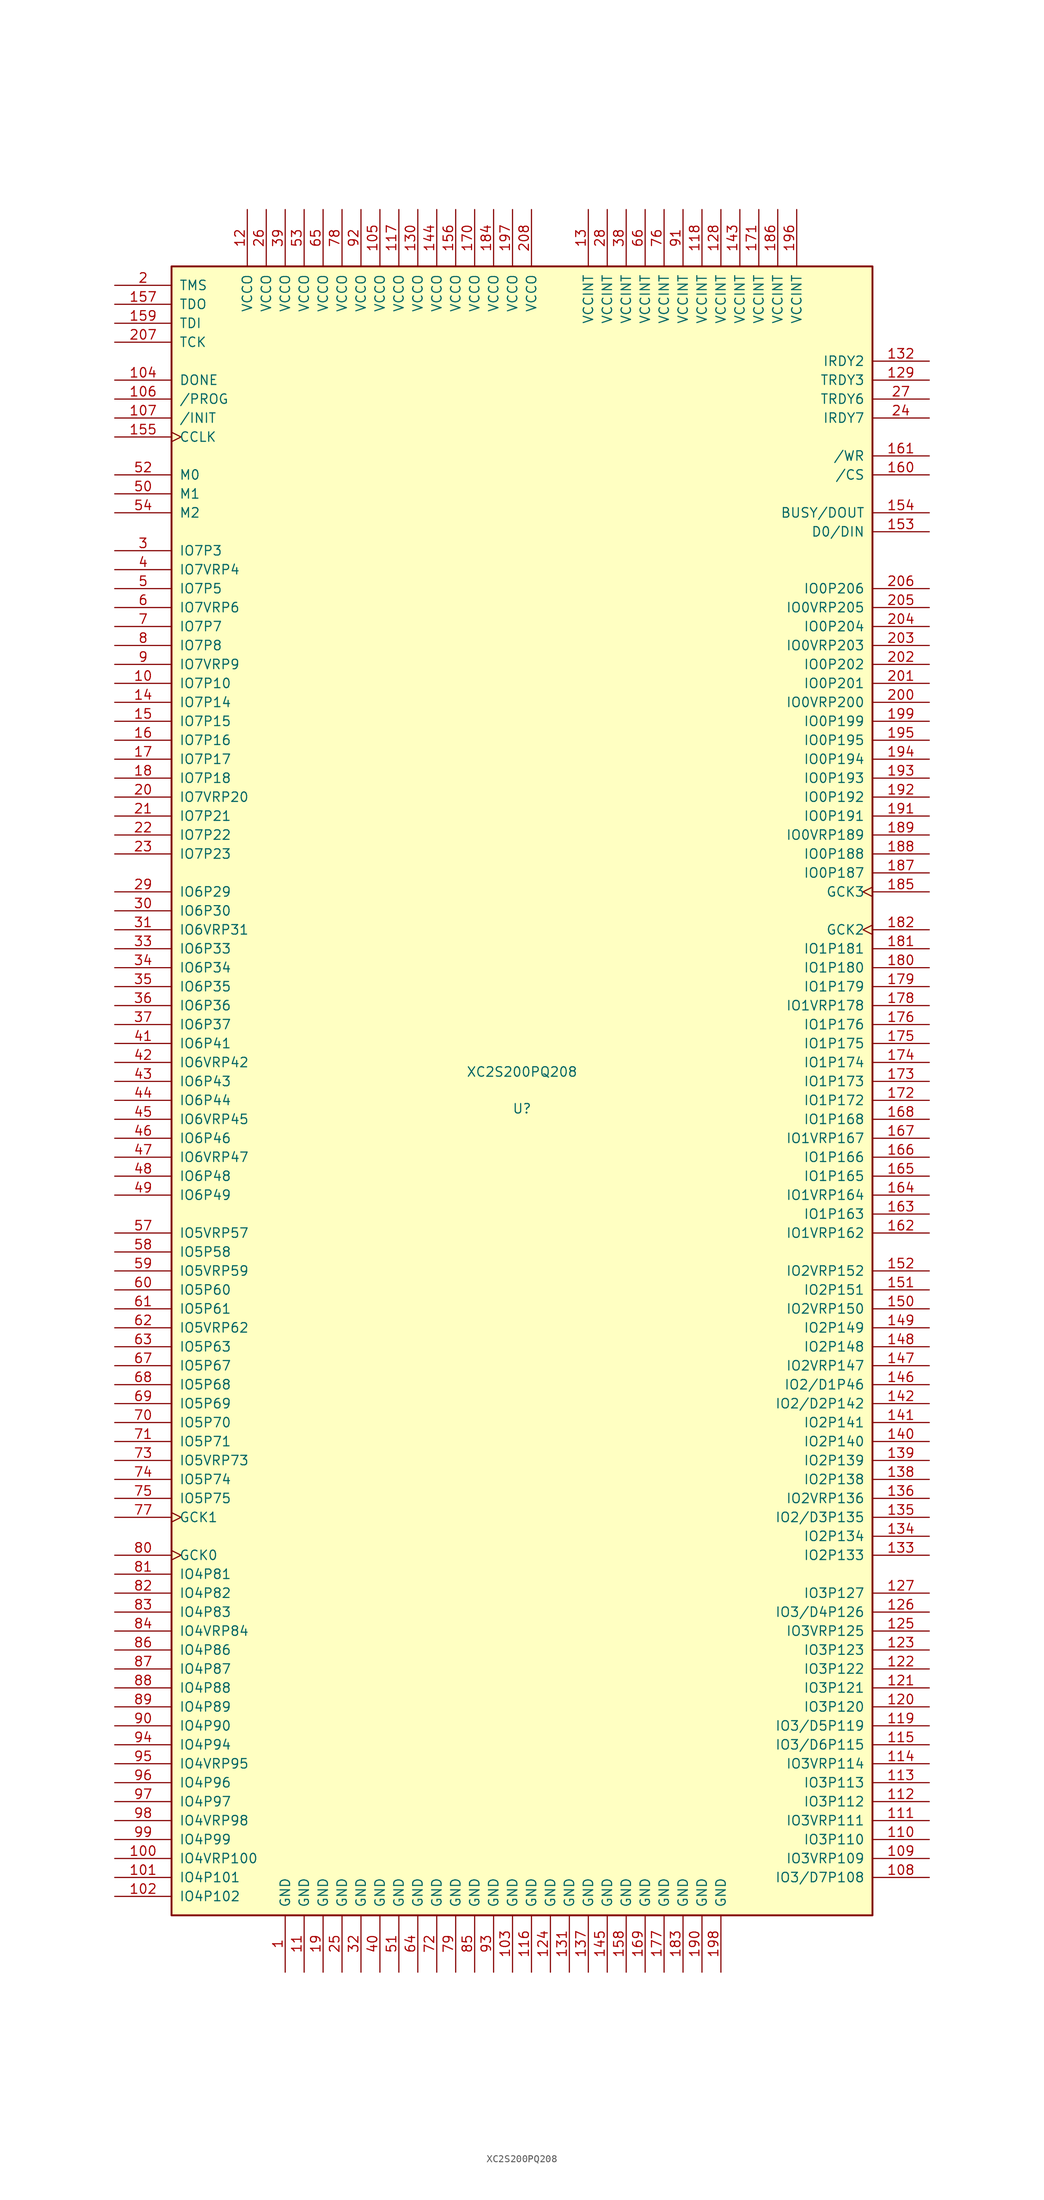
<source format=kicad_sym>
(kicad_symbol_lib
  (version 20211014)
  (generator kicad_symbol_editor)
  (symbol "XC2S200PQ208"
    (pin_names
      (offset 1.016))
    (property "Reference" "U"
      (at 0 -2.388 0)
      (effects (font (size 1.27 1.27))))
    (property "Value" "XC2S200PQ208"
      (at 0 2.54 0)
      (effects (font (size 1.27 1.27))))
    (symbol "XC2S200PQ208_0_1"
      (rectangle (start -46.99 110.49) (end 46.99 -110.49) (stroke (width 0.254) (type default) (color 0 0 0 0)) (fill (type background))))
    (symbol "XC2S200PQ208_1_1"
      (pin passive line (at -31.75 -118.11 90) (length 7.62) (name "GND" (effects (font (size 1.27 1.27)))) (number "1" (effects (font (size 1.27 1.27)))))
      (pin bidirectional line (at -54.61 54.61 0) (length 7.62) (name "IO7P10" (effects (font (size 1.27 1.27)))) (number "10" (effects (font (size 1.27 1.27)))))
      (pin bidirectional line (at -54.61 -102.87 0) (length 7.62) (name "IO4VRP100" (effects (font (size 1.27 1.27)))) (number "100" (effects (font (size 1.27 1.27)))))
      (pin bidirectional line (at -54.61 -105.41 0) (length 7.62) (name "IO4P101" (effects (font (size 1.27 1.27)))) (number "101" (effects (font (size 1.27 1.27)))))
      (pin bidirectional line (at -54.61 -107.95 0) (length 7.62) (name "IO4P102" (effects (font (size 1.27 1.27)))) (number "102" (effects (font (size 1.27 1.27)))))
      (pin passive line (at -1.27 -118.11 90) (length 7.62) (name "GND" (effects (font (size 1.27 1.27)))) (number "103" (effects (font (size 1.27 1.27)))))
      (pin bidirectional line (at -54.61 95.25 0) (length 7.62) (name "DONE" (effects (font (size 1.27 1.27)))) (number "104" (effects (font (size 1.27 1.27)))))
      (pin passive line (at -19.05 118.11 270) (length 7.62) (name "VCCO" (effects (font (size 1.27 1.27)))) (number "105" (effects (font (size 1.27 1.27)))))
      (pin input line (at -54.61 92.71 0) (length 7.62) (name "/PROG" (effects (font (size 1.27 1.27)))) (number "106" (effects (font (size 1.27 1.27)))))
      (pin bidirectional line (at -54.61 90.17 0) (length 7.62) (name "/INIT" (effects (font (size 1.27 1.27)))) (number "107" (effects (font (size 1.27 1.27)))))
      (pin bidirectional line (at 54.61 -105.41 180) (length 7.62) (name "IO3/D7P108" (effects (font (size 1.27 1.27)))) (number "108" (effects (font (size 1.27 1.27)))))
      (pin bidirectional line (at 54.61 -102.87 180) (length 7.62) (name "IO3VRP109" (effects (font (size 1.27 1.27)))) (number "109" (effects (font (size 1.27 1.27)))))
      (pin passive line (at -29.21 -118.11 90) (length 7.62) (name "GND" (effects (font (size 1.27 1.27)))) (number "11" (effects (font (size 1.27 1.27)))))
      (pin bidirectional line (at 54.61 -100.33 180) (length 7.62) (name "IO3P110" (effects (font (size 1.27 1.27)))) (number "110" (effects (font (size 1.27 1.27)))))
      (pin bidirectional line (at 54.61 -97.79 180) (length 7.62) (name "IO3VRP111" (effects (font (size 1.27 1.27)))) (number "111" (effects (font (size 1.27 1.27)))))
      (pin bidirectional line (at 54.61 -95.25 180) (length 7.62) (name "IO3P112" (effects (font (size 1.27 1.27)))) (number "112" (effects (font (size 1.27 1.27)))))
      (pin bidirectional line (at 54.61 -92.71 180) (length 7.62) (name "IO3P113" (effects (font (size 1.27 1.27)))) (number "113" (effects (font (size 1.27 1.27)))))
      (pin bidirectional line (at 54.61 -90.17 180) (length 7.62) (name "IO3VRP114" (effects (font (size 1.27 1.27)))) (number "114" (effects (font (size 1.27 1.27)))))
      (pin bidirectional line (at 54.61 -87.63 180) (length 7.62) (name "IO3/D6P115" (effects (font (size 1.27 1.27)))) (number "115" (effects (font (size 1.27 1.27)))))
      (pin passive line (at 1.27 -118.11 90) (length 7.62) (name "GND" (effects (font (size 1.27 1.27)))) (number "116" (effects (font (size 1.27 1.27)))))
      (pin passive line (at -16.51 118.11 270) (length 7.62) (name "VCCO" (effects (font (size 1.27 1.27)))) (number "117" (effects (font (size 1.27 1.27)))))
      (pin passive line (at 24.13 118.11 270) (length 7.62) (name "VCCINT" (effects (font (size 1.27 1.27)))) (number "118" (effects (font (size 1.27 1.27)))))
      (pin bidirectional line (at 54.61 -85.09 180) (length 7.62) (name "IO3/D5P119" (effects (font (size 1.27 1.27)))) (number "119" (effects (font (size 1.27 1.27)))))
      (pin passive line (at -36.83 118.11 270) (length 7.62) (name "VCCO" (effects (font (size 1.27 1.27)))) (number "12" (effects (font (size 1.27 1.27)))))
      (pin bidirectional line (at 54.61 -82.55 180) (length 7.62) (name "IO3P120" (effects (font (size 1.27 1.27)))) (number "120" (effects (font (size 1.27 1.27)))))
      (pin bidirectional line (at 54.61 -80.01 180) (length 7.62) (name "IO3P121" (effects (font (size 1.27 1.27)))) (number "121" (effects (font (size 1.27 1.27)))))
      (pin bidirectional line (at 54.61 -77.47 180) (length 7.62) (name "IO3P122" (effects (font (size 1.27 1.27)))) (number "122" (effects (font (size 1.27 1.27)))))
      (pin bidirectional line (at 54.61 -74.93 180) (length 7.62) (name "IO3P123" (effects (font (size 1.27 1.27)))) (number "123" (effects (font (size 1.27 1.27)))))
      (pin passive line (at 3.81 -118.11 90) (length 7.62) (name "GND" (effects (font (size 1.27 1.27)))) (number "124" (effects (font (size 1.27 1.27)))))
      (pin bidirectional line (at 54.61 -72.39 180) (length 7.62) (name "IO3VRP125" (effects (font (size 1.27 1.27)))) (number "125" (effects (font (size 1.27 1.27)))))
      (pin bidirectional line (at 54.61 -69.85 180) (length 7.62) (name "IO3/D4P126" (effects (font (size 1.27 1.27)))) (number "126" (effects (font (size 1.27 1.27)))))
      (pin bidirectional line (at 54.61 -67.31 180) (length 7.62) (name "IO3P127" (effects (font (size 1.27 1.27)))) (number "127" (effects (font (size 1.27 1.27)))))
      (pin passive line (at 26.67 118.11 270) (length 7.62) (name "VCCINT" (effects (font (size 1.27 1.27)))) (number "128" (effects (font (size 1.27 1.27)))))
      (pin bidirectional line (at 54.61 95.25 180) (length 7.62) (name "TRDY3" (effects (font (size 1.27 1.27)))) (number "129" (effects (font (size 1.27 1.27)))))
      (pin passive line (at 8.89 118.11 270) (length 7.62) (name "VCCINT" (effects (font (size 1.27 1.27)))) (number "13" (effects (font (size 1.27 1.27)))))
      (pin passive line (at -13.97 118.11 270) (length 7.62) (name "VCCO" (effects (font (size 1.27 1.27)))) (number "130" (effects (font (size 1.27 1.27)))))
      (pin passive line (at 6.35 -118.11 90) (length 7.62) (name "GND" (effects (font (size 1.27 1.27)))) (number "131" (effects (font (size 1.27 1.27)))))
      (pin bidirectional line (at 54.61 97.79 180) (length 7.62) (name "IRDY2" (effects (font (size 1.27 1.27)))) (number "132" (effects (font (size 1.27 1.27)))))
      (pin bidirectional line (at 54.61 -62.23 180) (length 7.62) (name "IO2P133" (effects (font (size 1.27 1.27)))) (number "133" (effects (font (size 1.27 1.27)))))
      (pin bidirectional line (at 54.61 -59.69 180) (length 7.62) (name "IO2P134" (effects (font (size 1.27 1.27)))) (number "134" (effects (font (size 1.27 1.27)))))
      (pin bidirectional line (at 54.61 -57.15 180) (length 7.62) (name "IO2/D3P135" (effects (font (size 1.27 1.27)))) (number "135" (effects (font (size 1.27 1.27)))))
      (pin bidirectional line (at 54.61 -54.61 180) (length 7.62) (name "IO2VRP136" (effects (font (size 1.27 1.27)))) (number "136" (effects (font (size 1.27 1.27)))))
      (pin passive line (at 8.89 -118.11 90) (length 7.62) (name "GND" (effects (font (size 1.27 1.27)))) (number "137" (effects (font (size 1.27 1.27)))))
      (pin bidirectional line (at 54.61 -52.07 180) (length 7.62) (name "IO2P138" (effects (font (size 1.27 1.27)))) (number "138" (effects (font (size 1.27 1.27)))))
      (pin bidirectional line (at 54.61 -49.53 180) (length 7.62) (name "IO2P139" (effects (font (size 1.27 1.27)))) (number "139" (effects (font (size 1.27 1.27)))))
      (pin bidirectional line (at -54.61 52.07 0) (length 7.62) (name "IO7P14" (effects (font (size 1.27 1.27)))) (number "14" (effects (font (size 1.27 1.27)))))
      (pin bidirectional line (at 54.61 -46.99 180) (length 7.62) (name "IO2P140" (effects (font (size 1.27 1.27)))) (number "140" (effects (font (size 1.27 1.27)))))
      (pin bidirectional line (at 54.61 -44.45 180) (length 7.62) (name "IO2P141" (effects (font (size 1.27 1.27)))) (number "141" (effects (font (size 1.27 1.27)))))
      (pin bidirectional line (at 54.61 -41.91 180) (length 7.62) (name "IO2/D2P142" (effects (font (size 1.27 1.27)))) (number "142" (effects (font (size 1.27 1.27)))))
      (pin passive line (at 29.21 118.11 270) (length 7.62) (name "VCCINT" (effects (font (size 1.27 1.27)))) (number "143" (effects (font (size 1.27 1.27)))))
      (pin passive line (at -11.43 118.11 270) (length 7.62) (name "VCCO" (effects (font (size 1.27 1.27)))) (number "144" (effects (font (size 1.27 1.27)))))
      (pin passive line (at 11.43 -118.11 90) (length 7.62) (name "GND" (effects (font (size 1.27 1.27)))) (number "145" (effects (font (size 1.27 1.27)))))
      (pin bidirectional line (at 54.61 -39.37 180) (length 7.62) (name "IO2/D1P46" (effects (font (size 1.27 1.27)))) (number "146" (effects (font (size 1.27 1.27)))))
      (pin bidirectional line (at 54.61 -36.83 180) (length 7.62) (name "IO2VRP147" (effects (font (size 1.27 1.27)))) (number "147" (effects (font (size 1.27 1.27)))))
      (pin bidirectional line (at 54.61 -34.29 180) (length 7.62) (name "IO2P148" (effects (font (size 1.27 1.27)))) (number "148" (effects (font (size 1.27 1.27)))))
      (pin bidirectional line (at 54.61 -31.75 180) (length 7.62) (name "IO2P149" (effects (font (size 1.27 1.27)))) (number "149" (effects (font (size 1.27 1.27)))))
      (pin bidirectional line (at -54.61 49.53 0) (length 7.62) (name "IO7P15" (effects (font (size 1.27 1.27)))) (number "15" (effects (font (size 1.27 1.27)))))
      (pin bidirectional line (at 54.61 -29.21 180) (length 7.62) (name "IO2VRP150" (effects (font (size 1.27 1.27)))) (number "150" (effects (font (size 1.27 1.27)))))
      (pin bidirectional line (at 54.61 -26.67 180) (length 7.62) (name "IO2P151" (effects (font (size 1.27 1.27)))) (number "151" (effects (font (size 1.27 1.27)))))
      (pin bidirectional line (at 54.61 -24.13 180) (length 7.62) (name "IO2VRP152" (effects (font (size 1.27 1.27)))) (number "152" (effects (font (size 1.27 1.27)))))
      (pin bidirectional line (at 54.61 74.93 180) (length 7.62) (name "D0/DIN" (effects (font (size 1.27 1.27)))) (number "153" (effects (font (size 1.27 1.27)))))
      (pin bidirectional line (at 54.61 77.47 180) (length 7.62) (name "BUSY/DOUT" (effects (font (size 1.27 1.27)))) (number "154" (effects (font (size 1.27 1.27)))))
      (pin bidirectional clock (at -54.61 87.63 0) (length 7.62) (name "CCLK" (effects (font (size 1.27 1.27)))) (number "155" (effects (font (size 1.27 1.27)))))
      (pin passive line (at -8.89 118.11 270) (length 7.62) (name "VCCO" (effects (font (size 1.27 1.27)))) (number "156" (effects (font (size 1.27 1.27)))))
      (pin bidirectional line (at -54.61 105.41 0) (length 7.62) (name "TDO" (effects (font (size 1.27 1.27)))) (number "157" (effects (font (size 1.27 1.27)))))
      (pin passive line (at 13.97 -118.11 90) (length 7.62) (name "GND" (effects (font (size 1.27 1.27)))) (number "158" (effects (font (size 1.27 1.27)))))
      (pin bidirectional line (at -54.61 102.87 0) (length 7.62) (name "TDI" (effects (font (size 1.27 1.27)))) (number "159" (effects (font (size 1.27 1.27)))))
      (pin bidirectional line (at -54.61 46.99 0) (length 7.62) (name "IO7P16" (effects (font (size 1.27 1.27)))) (number "16" (effects (font (size 1.27 1.27)))))
      (pin bidirectional line (at 54.61 82.55 180) (length 7.62) (name "/CS" (effects (font (size 1.27 1.27)))) (number "160" (effects (font (size 1.27 1.27)))))
      (pin bidirectional line (at 54.61 85.09 180) (length 7.62) (name "/WR" (effects (font (size 1.27 1.27)))) (number "161" (effects (font (size 1.27 1.27)))))
      (pin bidirectional line (at 54.61 -19.05 180) (length 7.62) (name "IO1VRP162" (effects (font (size 1.27 1.27)))) (number "162" (effects (font (size 1.27 1.27)))))
      (pin bidirectional line (at 54.61 -16.51 180) (length 7.62) (name "IO1P163" (effects (font (size 1.27 1.27)))) (number "163" (effects (font (size 1.27 1.27)))))
      (pin bidirectional line (at 54.61 -13.97 180) (length 7.62) (name "IO1VRP164" (effects (font (size 1.27 1.27)))) (number "164" (effects (font (size 1.27 1.27)))))
      (pin bidirectional line (at 54.61 -11.43 180) (length 7.62) (name "IO1P165" (effects (font (size 1.27 1.27)))) (number "165" (effects (font (size 1.27 1.27)))))
      (pin bidirectional line (at 54.61 -8.89 180) (length 7.62) (name "IO1P166" (effects (font (size 1.27 1.27)))) (number "166" (effects (font (size 1.27 1.27)))))
      (pin bidirectional line (at 54.61 -6.35 180) (length 7.62) (name "IO1VRP167" (effects (font (size 1.27 1.27)))) (number "167" (effects (font (size 1.27 1.27)))))
      (pin bidirectional line (at 54.61 -3.81 180) (length 7.62) (name "IO1P168" (effects (font (size 1.27 1.27)))) (number "168" (effects (font (size 1.27 1.27)))))
      (pin passive line (at 16.51 -118.11 90) (length 7.62) (name "GND" (effects (font (size 1.27 1.27)))) (number "169" (effects (font (size 1.27 1.27)))))
      (pin bidirectional line (at -54.61 44.45 0) (length 7.62) (name "IO7P17" (effects (font (size 1.27 1.27)))) (number "17" (effects (font (size 1.27 1.27)))))
      (pin passive line (at -6.35 118.11 270) (length 7.62) (name "VCCO" (effects (font (size 1.27 1.27)))) (number "170" (effects (font (size 1.27 1.27)))))
      (pin passive line (at 31.75 118.11 270) (length 7.62) (name "VCCINT" (effects (font (size 1.27 1.27)))) (number "171" (effects (font (size 1.27 1.27)))))
      (pin bidirectional line (at 54.61 -1.27 180) (length 7.62) (name "IO1P172" (effects (font (size 1.27 1.27)))) (number "172" (effects (font (size 1.27 1.27)))))
      (pin bidirectional line (at 54.61 1.27 180) (length 7.62) (name "IO1P173" (effects (font (size 1.27 1.27)))) (number "173" (effects (font (size 1.27 1.27)))))
      (pin bidirectional line (at 54.61 3.81 180) (length 7.62) (name "IO1P174" (effects (font (size 1.27 1.27)))) (number "174" (effects (font (size 1.27 1.27)))))
      (pin bidirectional line (at 54.61 6.35 180) (length 7.62) (name "IO1P175" (effects (font (size 1.27 1.27)))) (number "175" (effects (font (size 1.27 1.27)))))
      (pin bidirectional line (at 54.61 8.89 180) (length 7.62) (name "IO1P176" (effects (font (size 1.27 1.27)))) (number "176" (effects (font (size 1.27 1.27)))))
      (pin passive line (at 19.05 -118.11 90) (length 7.62) (name "GND" (effects (font (size 1.27 1.27)))) (number "177" (effects (font (size 1.27 1.27)))))
      (pin bidirectional line (at 54.61 11.43 180) (length 7.62) (name "IO1VRP178" (effects (font (size 1.27 1.27)))) (number "178" (effects (font (size 1.27 1.27)))))
      (pin bidirectional line (at 54.61 13.97 180) (length 7.62) (name "IO1P179" (effects (font (size 1.27 1.27)))) (number "179" (effects (font (size 1.27 1.27)))))
      (pin bidirectional line (at -54.61 41.91 0) (length 7.62) (name "IO7P18" (effects (font (size 1.27 1.27)))) (number "18" (effects (font (size 1.27 1.27)))))
      (pin bidirectional line (at 54.61 16.51 180) (length 7.62) (name "IO1P180" (effects (font (size 1.27 1.27)))) (number "180" (effects (font (size 1.27 1.27)))))
      (pin bidirectional line (at 54.61 19.05 180) (length 7.62) (name "IO1P181" (effects (font (size 1.27 1.27)))) (number "181" (effects (font (size 1.27 1.27)))))
      (pin input clock (at 54.61 21.59 180) (length 7.62) (name "GCK2" (effects (font (size 1.27 1.27)))) (number "182" (effects (font (size 1.27 1.27)))))
      (pin passive line (at 21.59 -118.11 90) (length 7.62) (name "GND" (effects (font (size 1.27 1.27)))) (number "183" (effects (font (size 1.27 1.27)))))
      (pin passive line (at -3.81 118.11 270) (length 7.62) (name "VCCO" (effects (font (size 1.27 1.27)))) (number "184" (effects (font (size 1.27 1.27)))))
      (pin input clock (at 54.61 26.67 180) (length 7.62) (name "GCK3" (effects (font (size 1.27 1.27)))) (number "185" (effects (font (size 1.27 1.27)))))
      (pin passive line (at 34.29 118.11 270) (length 7.62) (name "VCCINT" (effects (font (size 1.27 1.27)))) (number "186" (effects (font (size 1.27 1.27)))))
      (pin bidirectional line (at 54.61 29.21 180) (length 7.62) (name "IO0P187" (effects (font (size 1.27 1.27)))) (number "187" (effects (font (size 1.27 1.27)))))
      (pin bidirectional line (at 54.61 31.75 180) (length 7.62) (name "IO0P188" (effects (font (size 1.27 1.27)))) (number "188" (effects (font (size 1.27 1.27)))))
      (pin bidirectional line (at 54.61 34.29 180) (length 7.62) (name "IO0VRP189" (effects (font (size 1.27 1.27)))) (number "189" (effects (font (size 1.27 1.27)))))
      (pin passive line (at -26.67 -118.11 90) (length 7.62) (name "GND" (effects (font (size 1.27 1.27)))) (number "19" (effects (font (size 1.27 1.27)))))
      (pin passive line (at 24.13 -118.11 90) (length 7.62) (name "GND" (effects (font (size 1.27 1.27)))) (number "190" (effects (font (size 1.27 1.27)))))
      (pin bidirectional line (at 54.61 36.83 180) (length 7.62) (name "IO0P191" (effects (font (size 1.27 1.27)))) (number "191" (effects (font (size 1.27 1.27)))))
      (pin bidirectional line (at 54.61 39.37 180) (length 7.62) (name "IO0P192" (effects (font (size 1.27 1.27)))) (number "192" (effects (font (size 1.27 1.27)))))
      (pin bidirectional line (at 54.61 41.91 180) (length 7.62) (name "IO0P193" (effects (font (size 1.27 1.27)))) (number "193" (effects (font (size 1.27 1.27)))))
      (pin bidirectional line (at 54.61 44.45 180) (length 7.62) (name "IO0P194" (effects (font (size 1.27 1.27)))) (number "194" (effects (font (size 1.27 1.27)))))
      (pin bidirectional line (at 54.61 46.99 180) (length 7.62) (name "IO0P195" (effects (font (size 1.27 1.27)))) (number "195" (effects (font (size 1.27 1.27)))))
      (pin passive line (at 36.83 118.11 270) (length 7.62) (name "VCCINT" (effects (font (size 1.27 1.27)))) (number "196" (effects (font (size 1.27 1.27)))))
      (pin passive line (at -1.27 118.11 270) (length 7.62) (name "VCCO" (effects (font (size 1.27 1.27)))) (number "197" (effects (font (size 1.27 1.27)))))
      (pin passive line (at 26.67 -118.11 90) (length 7.62) (name "GND" (effects (font (size 1.27 1.27)))) (number "198" (effects (font (size 1.27 1.27)))))
      (pin bidirectional line (at 54.61 49.53 180) (length 7.62) (name "IO0P199" (effects (font (size 1.27 1.27)))) (number "199" (effects (font (size 1.27 1.27)))))
      (pin bidirectional line (at -54.61 107.95 0) (length 7.62) (name "TMS" (effects (font (size 1.27 1.27)))) (number "2" (effects (font (size 1.27 1.27)))))
      (pin bidirectional line (at -54.61 39.37 0) (length 7.62) (name "IO7VRP20" (effects (font (size 1.27 1.27)))) (number "20" (effects (font (size 1.27 1.27)))))
      (pin bidirectional line (at 54.61 52.07 180) (length 7.62) (name "IO0VRP200" (effects (font (size 1.27 1.27)))) (number "200" (effects (font (size 1.27 1.27)))))
      (pin bidirectional line (at 54.61 54.61 180) (length 7.62) (name "IO0P201" (effects (font (size 1.27 1.27)))) (number "201" (effects (font (size 1.27 1.27)))))
      (pin bidirectional line (at 54.61 57.15 180) (length 7.62) (name "IO0P202" (effects (font (size 1.27 1.27)))) (number "202" (effects (font (size 1.27 1.27)))))
      (pin bidirectional line (at 54.61 59.69 180) (length 7.62) (name "IO0VRP203" (effects (font (size 1.27 1.27)))) (number "203" (effects (font (size 1.27 1.27)))))
      (pin bidirectional line (at 54.61 62.23 180) (length 7.62) (name "IO0P204" (effects (font (size 1.27 1.27)))) (number "204" (effects (font (size 1.27 1.27)))))
      (pin bidirectional line (at 54.61 64.77 180) (length 7.62) (name "IO0VRP205" (effects (font (size 1.27 1.27)))) (number "205" (effects (font (size 1.27 1.27)))))
      (pin bidirectional line (at 54.61 67.31 180) (length 7.62) (name "IO0P206" (effects (font (size 1.27 1.27)))) (number "206" (effects (font (size 1.27 1.27)))))
      (pin bidirectional line (at -54.61 100.33 0) (length 7.62) (name "TCK" (effects (font (size 1.27 1.27)))) (number "207" (effects (font (size 1.27 1.27)))))
      (pin passive line (at 1.27 118.11 270) (length 7.62) (name "VCCO" (effects (font (size 1.27 1.27)))) (number "208" (effects (font (size 1.27 1.27)))))
      (pin bidirectional line (at -54.61 36.83 0) (length 7.62) (name "IO7P21" (effects (font (size 1.27 1.27)))) (number "21" (effects (font (size 1.27 1.27)))))
      (pin bidirectional line (at -54.61 34.29 0) (length 7.62) (name "IO7P22" (effects (font (size 1.27 1.27)))) (number "22" (effects (font (size 1.27 1.27)))))
      (pin bidirectional line (at -54.61 31.75 0) (length 7.62) (name "IO7P23" (effects (font (size 1.27 1.27)))) (number "23" (effects (font (size 1.27 1.27)))))
      (pin bidirectional line (at 54.61 90.17 180) (length 7.62) (name "IRDY7" (effects (font (size 1.27 1.27)))) (number "24" (effects (font (size 1.27 1.27)))))
      (pin passive line (at -24.13 -118.11 90) (length 7.62) (name "GND" (effects (font (size 1.27 1.27)))) (number "25" (effects (font (size 1.27 1.27)))))
      (pin passive line (at -34.29 118.11 270) (length 7.62) (name "VCCO" (effects (font (size 1.27 1.27)))) (number "26" (effects (font (size 1.27 1.27)))))
      (pin bidirectional line (at 54.61 92.71 180) (length 7.62) (name "TRDY6" (effects (font (size 1.27 1.27)))) (number "27" (effects (font (size 1.27 1.27)))))
      (pin passive line (at 11.43 118.11 270) (length 7.62) (name "VCCINT" (effects (font (size 1.27 1.27)))) (number "28" (effects (font (size 1.27 1.27)))))
      (pin bidirectional line (at -54.61 26.67 0) (length 7.62) (name "IO6P29" (effects (font (size 1.27 1.27)))) (number "29" (effects (font (size 1.27 1.27)))))
      (pin bidirectional line (at -54.61 72.39 0) (length 7.62) (name "IO7P3" (effects (font (size 1.27 1.27)))) (number "3" (effects (font (size 1.27 1.27)))))
      (pin bidirectional line (at -54.61 24.13 0) (length 7.62) (name "IO6P30" (effects (font (size 1.27 1.27)))) (number "30" (effects (font (size 1.27 1.27)))))
      (pin bidirectional line (at -54.61 21.59 0) (length 7.62) (name "IO6VRP31" (effects (font (size 1.27 1.27)))) (number "31" (effects (font (size 1.27 1.27)))))
      (pin passive line (at -21.59 -118.11 90) (length 7.62) (name "GND" (effects (font (size 1.27 1.27)))) (number "32" (effects (font (size 1.27 1.27)))))
      (pin bidirectional line (at -54.61 19.05 0) (length 7.62) (name "IO6P33" (effects (font (size 1.27 1.27)))) (number "33" (effects (font (size 1.27 1.27)))))
      (pin bidirectional line (at -54.61 16.51 0) (length 7.62) (name "IO6P34" (effects (font (size 1.27 1.27)))) (number "34" (effects (font (size 1.27 1.27)))))
      (pin bidirectional line (at -54.61 13.97 0) (length 7.62) (name "IO6P35" (effects (font (size 1.27 1.27)))) (number "35" (effects (font (size 1.27 1.27)))))
      (pin bidirectional line (at -54.61 11.43 0) (length 7.62) (name "IO6P36" (effects (font (size 1.27 1.27)))) (number "36" (effects (font (size 1.27 1.27)))))
      (pin bidirectional line (at -54.61 8.89 0) (length 7.62) (name "IO6P37" (effects (font (size 1.27 1.27)))) (number "37" (effects (font (size 1.27 1.27)))))
      (pin passive line (at 13.97 118.11 270) (length 7.62) (name "VCCINT" (effects (font (size 1.27 1.27)))) (number "38" (effects (font (size 1.27 1.27)))))
      (pin passive line (at -31.75 118.11 270) (length 7.62) (name "VCCO" (effects (font (size 1.27 1.27)))) (number "39" (effects (font (size 1.27 1.27)))))
      (pin bidirectional line (at -54.61 69.85 0) (length 7.62) (name "IO7VRP4" (effects (font (size 1.27 1.27)))) (number "4" (effects (font (size 1.27 1.27)))))
      (pin passive line (at -19.05 -118.11 90) (length 7.62) (name "GND" (effects (font (size 1.27 1.27)))) (number "40" (effects (font (size 1.27 1.27)))))
      (pin bidirectional line (at -54.61 6.35 0) (length 7.62) (name "IO6P41" (effects (font (size 1.27 1.27)))) (number "41" (effects (font (size 1.27 1.27)))))
      (pin bidirectional line (at -54.61 3.81 0) (length 7.62) (name "IO6VRP42" (effects (font (size 1.27 1.27)))) (number "42" (effects (font (size 1.27 1.27)))))
      (pin bidirectional line (at -54.61 1.27 0) (length 7.62) (name "IO6P43" (effects (font (size 1.27 1.27)))) (number "43" (effects (font (size 1.27 1.27)))))
      (pin bidirectional line (at -54.61 -1.27 0) (length 7.62) (name "IO6P44" (effects (font (size 1.27 1.27)))) (number "44" (effects (font (size 1.27 1.27)))))
      (pin bidirectional line (at -54.61 -3.81 0) (length 7.62) (name "IO6VRP45" (effects (font (size 1.27 1.27)))) (number "45" (effects (font (size 1.27 1.27)))))
      (pin bidirectional line (at -54.61 -6.35 0) (length 7.62) (name "IO6P46" (effects (font (size 1.27 1.27)))) (number "46" (effects (font (size 1.27 1.27)))))
      (pin bidirectional line (at -54.61 -8.89 0) (length 7.62) (name "IO6VRP47" (effects (font (size 1.27 1.27)))) (number "47" (effects (font (size 1.27 1.27)))))
      (pin bidirectional line (at -54.61 -11.43 0) (length 7.62) (name "IO6P48" (effects (font (size 1.27 1.27)))) (number "48" (effects (font (size 1.27 1.27)))))
      (pin bidirectional line (at -54.61 -13.97 0) (length 7.62) (name "IO6P49" (effects (font (size 1.27 1.27)))) (number "49" (effects (font (size 1.27 1.27)))))
      (pin bidirectional line (at -54.61 67.31 0) (length 7.62) (name "IO7P5" (effects (font (size 1.27 1.27)))) (number "5" (effects (font (size 1.27 1.27)))))
      (pin input line (at -54.61 80.01 0) (length 7.62) (name "M1" (effects (font (size 1.27 1.27)))) (number "50" (effects (font (size 1.27 1.27)))))
      (pin passive line (at -16.51 -118.11 90) (length 7.62) (name "GND" (effects (font (size 1.27 1.27)))) (number "51" (effects (font (size 1.27 1.27)))))
      (pin input line (at -54.61 82.55 0) (length 7.62) (name "M0" (effects (font (size 1.27 1.27)))) (number "52" (effects (font (size 1.27 1.27)))))
      (pin passive line (at -29.21 118.11 270) (length 7.62) (name "VCCO" (effects (font (size 1.27 1.27)))) (number "53" (effects (font (size 1.27 1.27)))))
      (pin input line (at -54.61 77.47 0) (length 7.62) (name "M2" (effects (font (size 1.27 1.27)))) (number "54" (effects (font (size 1.27 1.27)))))
      (pin bidirectional line (at -54.61 -19.05 0) (length 7.62) (name "IO5VRP57" (effects (font (size 1.27 1.27)))) (number "57" (effects (font (size 1.27 1.27)))))
      (pin bidirectional line (at -54.61 -21.59 0) (length 7.62) (name "IO5P58" (effects (font (size 1.27 1.27)))) (number "58" (effects (font (size 1.27 1.27)))))
      (pin bidirectional line (at -54.61 -24.13 0) (length 7.62) (name "IO5VRP59" (effects (font (size 1.27 1.27)))) (number "59" (effects (font (size 1.27 1.27)))))
      (pin bidirectional line (at -54.61 64.77 0) (length 7.62) (name "IO7VRP6" (effects (font (size 1.27 1.27)))) (number "6" (effects (font (size 1.27 1.27)))))
      (pin bidirectional line (at -54.61 -26.67 0) (length 7.62) (name "IO5P60" (effects (font (size 1.27 1.27)))) (number "60" (effects (font (size 1.27 1.27)))))
      (pin bidirectional line (at -54.61 -29.21 0) (length 7.62) (name "IO5P61" (effects (font (size 1.27 1.27)))) (number "61" (effects (font (size 1.27 1.27)))))
      (pin bidirectional line (at -54.61 -31.75 0) (length 7.62) (name "IO5VRP62" (effects (font (size 1.27 1.27)))) (number "62" (effects (font (size 1.27 1.27)))))
      (pin bidirectional line (at -54.61 -34.29 0) (length 7.62) (name "IO5P63" (effects (font (size 1.27 1.27)))) (number "63" (effects (font (size 1.27 1.27)))))
      (pin passive line (at -13.97 -118.11 90) (length 7.62) (name "GND" (effects (font (size 1.27 1.27)))) (number "64" (effects (font (size 1.27 1.27)))))
      (pin passive line (at -26.67 118.11 270) (length 7.62) (name "VCCO" (effects (font (size 1.27 1.27)))) (number "65" (effects (font (size 1.27 1.27)))))
      (pin passive line (at 16.51 118.11 270) (length 7.62) (name "VCCINT" (effects (font (size 1.27 1.27)))) (number "66" (effects (font (size 1.27 1.27)))))
      (pin bidirectional line (at -54.61 -36.83 0) (length 7.62) (name "IO5P67" (effects (font (size 1.27 1.27)))) (number "67" (effects (font (size 1.27 1.27)))))
      (pin bidirectional line (at -54.61 -39.37 0) (length 7.62) (name "IO5P68" (effects (font (size 1.27 1.27)))) (number "68" (effects (font (size 1.27 1.27)))))
      (pin bidirectional line (at -54.61 -41.91 0) (length 7.62) (name "IO5P69" (effects (font (size 1.27 1.27)))) (number "69" (effects (font (size 1.27 1.27)))))
      (pin bidirectional line (at -54.61 62.23 0) (length 7.62) (name "IO7P7" (effects (font (size 1.27 1.27)))) (number "7" (effects (font (size 1.27 1.27)))))
      (pin bidirectional line (at -54.61 -44.45 0) (length 7.62) (name "IO5P70" (effects (font (size 1.27 1.27)))) (number "70" (effects (font (size 1.27 1.27)))))
      (pin bidirectional line (at -54.61 -46.99 0) (length 7.62) (name "IO5P71" (effects (font (size 1.27 1.27)))) (number "71" (effects (font (size 1.27 1.27)))))
      (pin passive line (at -11.43 -118.11 90) (length 7.62) (name "GND" (effects (font (size 1.27 1.27)))) (number "72" (effects (font (size 1.27 1.27)))))
      (pin bidirectional line (at -54.61 -49.53 0) (length 7.62) (name "IO5VRP73" (effects (font (size 1.27 1.27)))) (number "73" (effects (font (size 1.27 1.27)))))
      (pin bidirectional line (at -54.61 -52.07 0) (length 7.62) (name "IO5P74" (effects (font (size 1.27 1.27)))) (number "74" (effects (font (size 1.27 1.27)))))
      (pin bidirectional line (at -54.61 -54.61 0) (length 7.62) (name "IO5P75" (effects (font (size 1.27 1.27)))) (number "75" (effects (font (size 1.27 1.27)))))
      (pin passive line (at 19.05 118.11 270) (length 7.62) (name "VCCINT" (effects (font (size 1.27 1.27)))) (number "76" (effects (font (size 1.27 1.27)))))
      (pin input clock (at -54.61 -57.15 0) (length 7.62) (name "GCK1" (effects (font (size 1.27 1.27)))) (number "77" (effects (font (size 1.27 1.27)))))
      (pin passive line (at -24.13 118.11 270) (length 7.62) (name "VCCO" (effects (font (size 1.27 1.27)))) (number "78" (effects (font (size 1.27 1.27)))))
      (pin passive line (at -8.89 -118.11 90) (length 7.62) (name "GND" (effects (font (size 1.27 1.27)))) (number "79" (effects (font (size 1.27 1.27)))))
      (pin bidirectional line (at -54.61 59.69 0) (length 7.62) (name "IO7P8" (effects (font (size 1.27 1.27)))) (number "8" (effects (font (size 1.27 1.27)))))
      (pin input clock (at -54.61 -62.23 0) (length 7.62) (name "GCK0" (effects (font (size 1.27 1.27)))) (number "80" (effects (font (size 1.27 1.27)))))
      (pin bidirectional line (at -54.61 -64.77 0) (length 7.62) (name "IO4P81" (effects (font (size 1.27 1.27)))) (number "81" (effects (font (size 1.27 1.27)))))
      (pin bidirectional line (at -54.61 -67.31 0) (length 7.62) (name "IO4P82" (effects (font (size 1.27 1.27)))) (number "82" (effects (font (size 1.27 1.27)))))
      (pin bidirectional line (at -54.61 -69.85 0) (length 7.62) (name "IO4P83" (effects (font (size 1.27 1.27)))) (number "83" (effects (font (size 1.27 1.27)))))
      (pin bidirectional line (at -54.61 -72.39 0) (length 7.62) (name "IO4VRP84" (effects (font (size 1.27 1.27)))) (number "84" (effects (font (size 1.27 1.27)))))
      (pin passive line (at -6.35 -118.11 90) (length 7.62) (name "GND" (effects (font (size 1.27 1.27)))) (number "85" (effects (font (size 1.27 1.27)))))
      (pin bidirectional line (at -54.61 -74.93 0) (length 7.62) (name "IO4P86" (effects (font (size 1.27 1.27)))) (number "86" (effects (font (size 1.27 1.27)))))
      (pin bidirectional line (at -54.61 -77.47 0) (length 7.62) (name "IO4P87" (effects (font (size 1.27 1.27)))) (number "87" (effects (font (size 1.27 1.27)))))
      (pin bidirectional line (at -54.61 -80.01 0) (length 7.62) (name "IO4P88" (effects (font (size 1.27 1.27)))) (number "88" (effects (font (size 1.27 1.27)))))
      (pin bidirectional line (at -54.61 -82.55 0) (length 7.62) (name "IO4P89" (effects (font (size 1.27 1.27)))) (number "89" (effects (font (size 1.27 1.27)))))
      (pin bidirectional line (at -54.61 57.15 0) (length 7.62) (name "IO7VRP9" (effects (font (size 1.27 1.27)))) (number "9" (effects (font (size 1.27 1.27)))))
      (pin bidirectional line (at -54.61 -85.09 0) (length 7.62) (name "IO4P90" (effects (font (size 1.27 1.27)))) (number "90" (effects (font (size 1.27 1.27)))))
      (pin passive line (at 21.59 118.11 270) (length 7.62) (name "VCCINT" (effects (font (size 1.27 1.27)))) (number "91" (effects (font (size 1.27 1.27)))))
      (pin passive line (at -21.59 118.11 270) (length 7.62) (name "VCCO" (effects (font (size 1.27 1.27)))) (number "92" (effects (font (size 1.27 1.27)))))
      (pin passive line (at -3.81 -118.11 90) (length 7.62) (name "GND" (effects (font (size 1.27 1.27)))) (number "93" (effects (font (size 1.27 1.27)))))
      (pin bidirectional line (at -54.61 -87.63 0) (length 7.62) (name "IO4P94" (effects (font (size 1.27 1.27)))) (number "94" (effects (font (size 1.27 1.27)))))
      (pin bidirectional line (at -54.61 -90.17 0) (length 7.62) (name "IO4VRP95" (effects (font (size 1.27 1.27)))) (number "95" (effects (font (size 1.27 1.27)))))
      (pin bidirectional line (at -54.61 -92.71 0) (length 7.62) (name "IO4P96" (effects (font (size 1.27 1.27)))) (number "96" (effects (font (size 1.27 1.27)))))
      (pin bidirectional line (at -54.61 -95.25 0) (length 7.62) (name "IO4P97" (effects (font (size 1.27 1.27)))) (number "97" (effects (font (size 1.27 1.27)))))
      (pin bidirectional line (at -54.61 -97.79 0) (length 7.62) (name "IO4VRP98" (effects (font (size 1.27 1.27)))) (number "98" (effects (font (size 1.27 1.27)))))
      (pin bidirectional line (at -54.61 -100.33 0) (length 7.62) (name "IO4P99" (effects (font (size 1.27 1.27)))) (number "99" (effects (font (size 1.27 1.27))))))))
</source>
